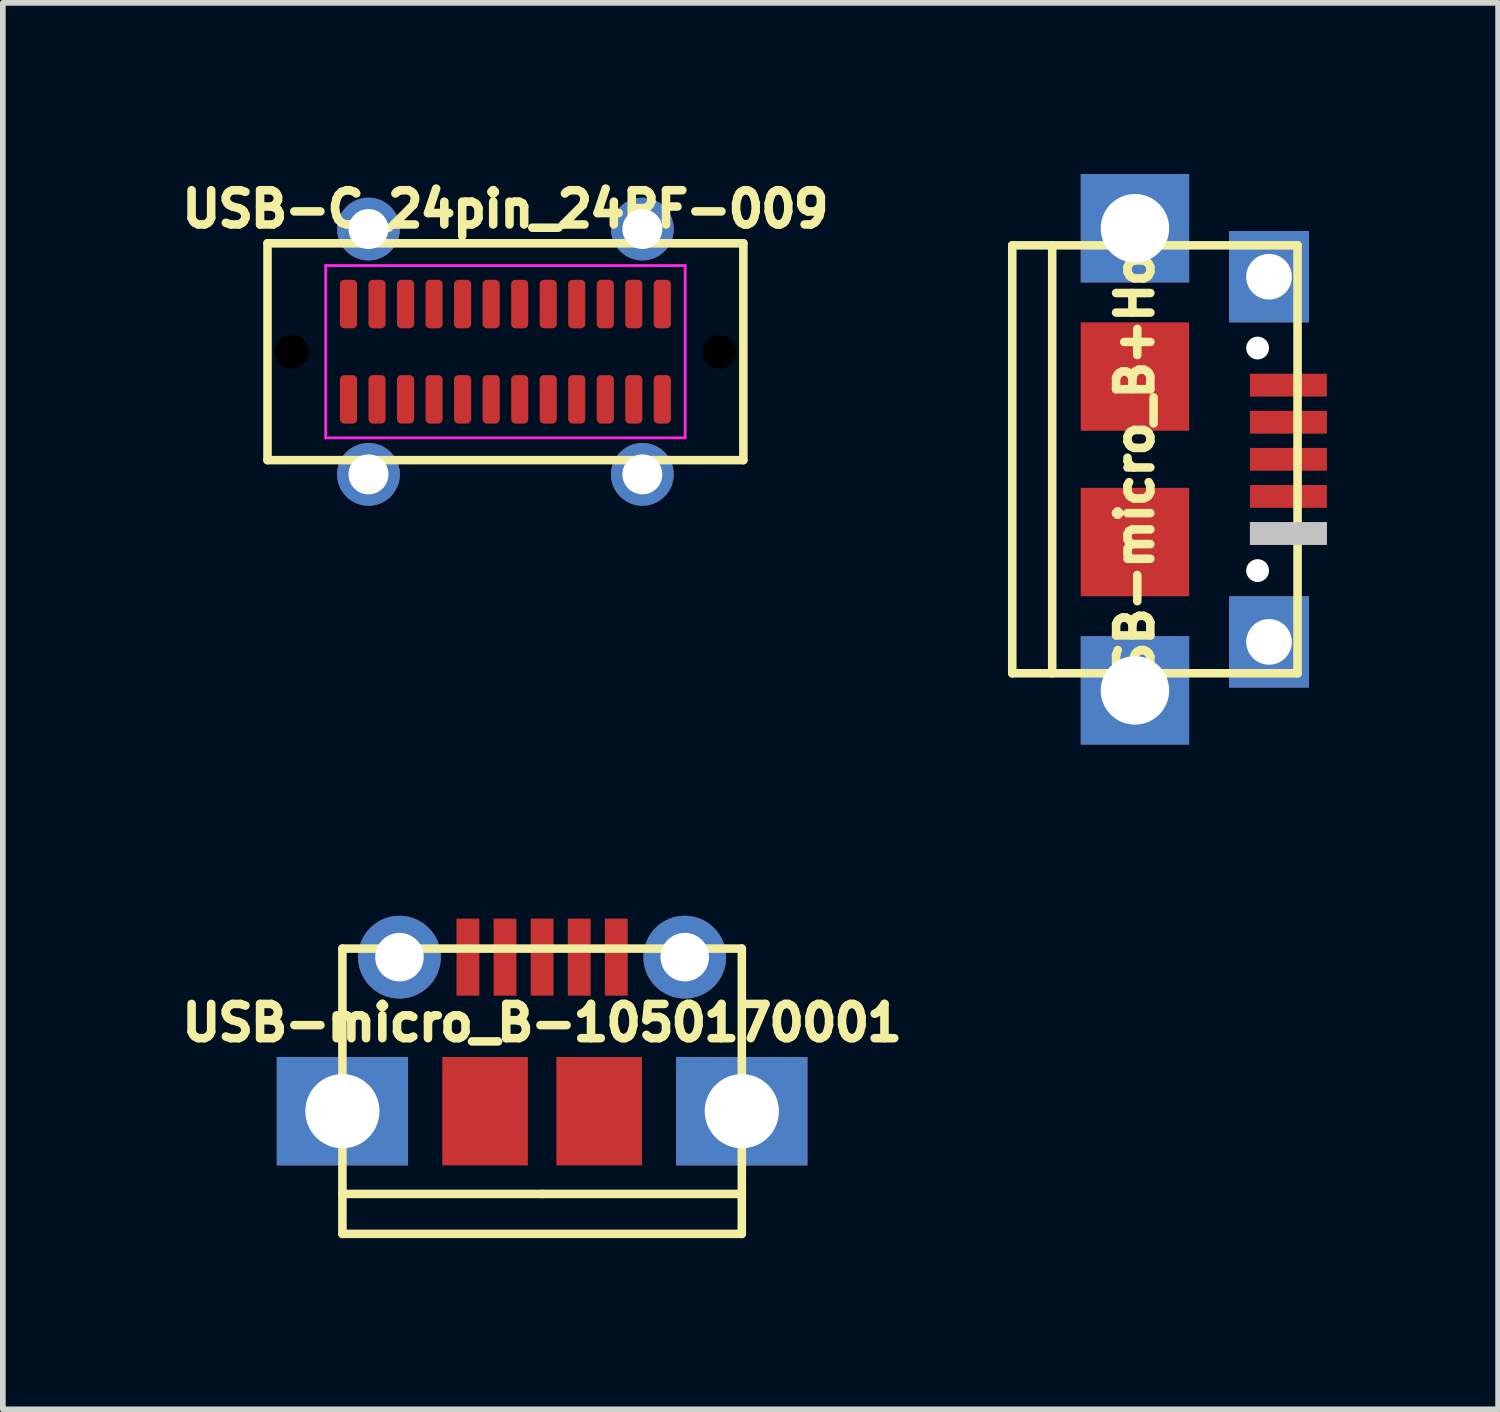
<source format=kicad_pcb>
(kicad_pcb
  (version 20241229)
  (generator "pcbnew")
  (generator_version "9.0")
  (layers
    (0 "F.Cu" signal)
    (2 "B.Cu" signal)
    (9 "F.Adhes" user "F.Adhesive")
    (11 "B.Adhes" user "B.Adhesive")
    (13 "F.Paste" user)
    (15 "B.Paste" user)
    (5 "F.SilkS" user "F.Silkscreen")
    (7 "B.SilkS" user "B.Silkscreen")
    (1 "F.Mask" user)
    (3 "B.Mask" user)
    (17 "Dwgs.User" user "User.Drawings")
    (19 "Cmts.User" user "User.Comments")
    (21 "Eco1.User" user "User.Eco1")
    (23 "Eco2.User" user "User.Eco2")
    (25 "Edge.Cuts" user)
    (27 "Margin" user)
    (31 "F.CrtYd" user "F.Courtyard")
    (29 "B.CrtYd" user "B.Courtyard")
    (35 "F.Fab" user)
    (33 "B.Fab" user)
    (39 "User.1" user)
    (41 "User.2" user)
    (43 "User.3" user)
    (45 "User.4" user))
  (footprint "USB-micro_B-1050170001"
    (layer "F.Cu")
    (at 6.451 17.875)
    (property "Reference" "USB-micro_B-1050170001" (at 0 -3 0) (layer "F.SilkS") (effects (font (size 0.6 0.6) (thickness 0.15))))
    (attr through_hole)
    (fp_line (start -3.5 -4.3) (end -3.5 0.7) (stroke (width 0.15) (type solid)) (layer "F.SilkS"))
    (fp_line (start -3.5 0) (end 0 0) (stroke (width 0.15) (type solid)) (layer "F.SilkS"))
    (fp_line (start -3.5 0.7) (end 3.5 0.7) (stroke (width 0.15) (type solid)) (layer "F.SilkS"))
    (fp_line (start 0 0) (end 3.5 0) (stroke (width 0.15) (type solid)) (layer "F.SilkS"))
    (fp_line (start 3.5 -4.3) (end -3.5 -4.3) (stroke (width 0.15) (type solid)) (layer "F.SilkS"))
    (fp_line (start 3.5 0.7) (end 3.5 -4.3) (stroke (width 0.15) (type solid)) (layer "F.SilkS"))
    (pad "1" smd rect (at -1.3 -4.15) (size 0.4 1.35) (layers "F.Cu" "F.Mask" "F.Paste"))
    (pad "2" smd rect (at -0.65 -4.15) (size 0.4 1.35) (layers "F.Cu" "F.Mask" "F.Paste"))
    (pad "3" smd rect (at 0 -4.15) (size 0.4 1.35) (layers "F.Cu" "F.Mask" "F.Paste"))
    (pad "4" smd rect (at 0.65 -4.15) (size 0.4 1.35) (layers "F.Cu" "F.Mask" "F.Paste"))
    (pad "5" smd rect (at 1.3 -4.15) (size 0.4 1.35) (layers "F.Cu" "F.Mask" "F.Paste"))
    (pad "SHLD" thru_hole rect (at -3.5 -1.45) (size 2.3 1.9) (drill 1.3) (layers "*.Cu" "*.Mask" "F.Paste"))
    (pad "SHLD" thru_hole circle (at -2.5 -4.15) (size 1.45 1.45) (drill 0.85) (layers "*.Cu" "*.Mask" "F.Paste"))
    (pad "SHLD" smd rect (at -1 -1.45) (size 1.5 1.9) (layers "F.Cu" "F.Mask" "F.Paste"))
    (pad "SHLD" smd rect (at 1 -1.45) (size 1.5 1.9) (layers "F.Cu" "F.Mask" "F.Paste"))
    (pad "SHLD" thru_hole circle (at 2.5 -4.15) (size 1.45 1.45) (drill 0.85) (layers "*.Cu" "*.Mask" "F.Paste"))
    (pad "SHLD" thru_hole rect (at 3.5 -1.45) (size 2.3 1.9) (drill 1.3) (layers "*.Cu" "*.Mask" "F.Paste")))
  (footprint "USB-C_24pin_24PF-009"
    (layer "F.Cu")
    (at 5.808 3.114)
    (property "Reference" "USB-C_24pin_24PF-009" (at 0 -2.5 180) (layer "F.SilkS") (effects (font (size 0.6 0.6) (thickness 0.15))))
    (attr smd)
    (fp_line (start -4.17 -1.9) (end 4.17 -1.9) (stroke (width 0.15) (type default)) (layer "F.SilkS"))
    (fp_line (start -4.17 1.9) (end -4.17 -1.9) (stroke (width 0.15) (type default)) (layer "F.SilkS"))
    (fp_line (start 4.17 -1.9) (end 4.17 1.9) (stroke (width 0.15) (type default)) (layer "F.SilkS"))
    (fp_line (start 4.17 1.9) (end -4.17 1.9) (stroke (width 0.15) (type default)) (layer "F.SilkS"))
    (fp_line (start -3.15 -1.51) (end 3.15 -1.51) (stroke (width 0.05) (type default)) (layer "F.CrtYd"))
    (fp_line (start -3.15 1.51) (end -3.15 -1.51) (stroke (width 0.05) (type default)) (layer "F.CrtYd"))
    (fp_line (start 3.15 -1.51) (end 3.15 1.51) (stroke (width 0.05) (type default)) (layer "F.CrtYd"))
    (fp_line (start 3.15 1.51) (end -3.15 1.51) (stroke (width 0.05) (type default)) (layer "F.CrtYd"))
    (pad "" np_thru_hole circle (at -3.75 0) (size 1 1) (drill 0.6) (layers "*.Mask"))
    (pad "" np_thru_hole circle (at 3.75 0) (size 1 1) (drill 0.6) (layers "*.Mask"))
    (pad "A1" smd roundrect (at -2.75 -0.835) (size 0.3 0.85) (layers "F.Cu" "F.Mask" "F.Paste") (roundrect_rratio 0.25))
    (pad "A2" smd roundrect (at -2.25 -0.835) (size 0.3 0.85) (layers "F.Cu" "F.Mask" "F.Paste") (roundrect_rratio 0.25))
    (pad "A3" smd roundrect (at -1.75 -0.835) (size 0.3 0.85) (layers "F.Cu" "F.Mask" "F.Paste") (roundrect_rratio 0.25))
    (pad "A4" smd roundrect (at -1.25 -0.835) (size 0.3 0.85) (layers "F.Cu" "F.Mask" "F.Paste") (roundrect_rratio 0.25))
    (pad "A5" smd roundrect (at -0.75 -0.835) (size 0.3 0.85) (layers "F.Cu" "F.Mask" "F.Paste") (roundrect_rratio 0.25))
    (pad "A6" smd roundrect (at -0.25 -0.835) (size 0.3 0.85) (layers "F.Cu" "F.Mask" "F.Paste") (roundrect_rratio 0.25))
    (pad "A7" smd roundrect (at 0.25 -0.835) (size 0.3 0.85) (layers "F.Cu" "F.Mask" "F.Paste") (roundrect_rratio 0.25))
    (pad "A8" smd roundrect (at 0.75 -0.835) (size 0.3 0.85) (layers "F.Cu" "F.Mask" "F.Paste") (roundrect_rratio 0.25))
    (pad "A9" smd roundrect (at 1.25 -0.835) (size 0.3 0.85) (layers "F.Cu" "F.Mask" "F.Paste") (roundrect_rratio 0.25))
    (pad "A10" smd roundrect (at 1.75 -0.835) (size 0.3 0.85) (layers "F.Cu" "F.Mask" "F.Paste") (roundrect_rratio 0.25))
    (pad "A11" smd roundrect (at 2.25 -0.835) (size 0.3 0.85) (layers "F.Cu" "F.Mask" "F.Paste") (roundrect_rratio 0.25))
    (pad "A12" smd roundrect (at 2.75 -0.835) (size 0.3 0.85) (layers "F.Cu" "F.Mask" "F.Paste") (roundrect_rratio 0.25))
    (pad "B1" smd roundrect (at 2.75 0.835) (size 0.3 0.85) (layers "F.Cu" "F.Mask" "F.Paste") (roundrect_rratio 0.25))
    (pad "B2" smd roundrect (at 2.25 0.835) (size 0.3 0.85) (layers "F.Cu" "F.Mask" "F.Paste") (roundrect_rratio 0.25))
    (pad "B3" smd roundrect (at 1.75 0.835) (size 0.3 0.85) (layers "F.Cu" "F.Mask" "F.Paste") (roundrect_rratio 0.25))
    (pad "B4" smd roundrect (at 1.25 0.835) (size 0.3 0.85) (layers "F.Cu" "F.Mask" "F.Paste") (roundrect_rratio 0.25))
    (pad "B5" smd roundrect (at 0.75 0.835) (size 0.3 0.85) (layers "F.Cu" "F.Mask" "F.Paste") (roundrect_rratio 0.25))
    (pad "B6" smd roundrect (at 0.25 0.835) (size 0.3 0.85) (layers "F.Cu" "F.Mask" "F.Paste") (roundrect_rratio 0.25))
    (pad "B7" smd roundrect (at -0.25 0.835) (size 0.3 0.85) (layers "F.Cu" "F.Mask" "F.Paste") (roundrect_rratio 0.25))
    (pad "B8" smd roundrect (at -0.75 0.835) (size 0.3 0.85) (layers "F.Cu" "F.Mask" "F.Paste") (roundrect_rratio 0.25))
    (pad "B9" smd roundrect (at -1.25 0.835) (size 0.3 0.85) (layers "F.Cu" "F.Mask" "F.Paste") (roundrect_rratio 0.25))
    (pad "B10" smd roundrect (at -1.75 0.835) (size 0.3 0.85) (layers "F.Cu" "F.Mask" "F.Paste") (roundrect_rratio 0.25))
    (pad "B11" smd roundrect (at -2.25 0.835) (size 0.3 0.85) (layers "F.Cu" "F.Mask" "F.Paste") (roundrect_rratio 0.25))
    (pad "B12" smd roundrect (at -2.75 0.835) (size 0.3 0.85) (layers "F.Cu" "F.Mask" "F.Paste") (roundrect_rratio 0.25))
    (pad "SHLD" thru_hole circle (at -2.4 -2.15) (size 1.1 1.1) (drill 0.7) (layers "*.Cu" "*.Mask"))
    (pad "SHLD" thru_hole circle (at -2.4 2.15) (size 1.1 1.1) (drill 0.7) (layers "*.Cu" "*.Mask"))
    (pad "SHLD" thru_hole circle (at 2.4 -2.15) (size 1.1 1.1) (drill 0.7) (layers "*.Cu" "*.Mask"))
    (pad "SHLD" thru_hole circle (at 2.4 2.15) (size 1.1 1.1) (drill 0.7) (layers "*.Cu" "*.Mask")))
  (footprint "USB-micro_B+Hole"
    (layer "F.Cu")
    (at 16.841 5)
    (property "Reference" "USB-micro_B+Hole" (at 0 0 90) (layer "F.SilkS") (effects (font (size 0.6 0.6) (thickness 0.15))))
    (attr smd)
    (fp_line (start -2.15 -3.75) (end 2.85 -3.75) (stroke (width 0.15) (type solid)) (layer "F.SilkS"))
    (fp_line (start -2.15 3.75) (end -2.15 -3.75) (stroke (width 0.15) (type solid)) (layer "F.SilkS"))
    (fp_line (start -1.45 3.75) (end -1.45 -3.75) (stroke (width 0.15) (type solid)) (layer "F.SilkS"))
    (fp_line (start 2.85 3.75) (end -2.15 3.75) (stroke (width 0.15) (type solid)) (layer "F.SilkS"))
    (fp_line (start 2.85 3.75) (end 2.85 -3.75) (stroke (width 0.15) (type solid)) (layer "F.SilkS"))
    (pad "" np_thru_hole circle (at 2.15 -1.95) (size 0.4 0.4) (drill 0.4) (layers "*.Cu" "*.Mask"))
    (pad "" np_thru_hole circle (at 2.15 1.95) (size 0.4 0.4) (drill 0.4) (layers "*.Cu" "*.Mask"))
    (pad "1" smd rect (at 2.69 -1.3) (size 1.35 0.4) (layers "F.Cu" "F.Mask" "F.Paste"))
    (pad "2" smd rect (at 2.69 -0.65) (size 1.35 0.4) (layers "F.Cu" "F.Mask" "F.Paste"))
    (pad "3" smd rect (at 2.69 0) (size 1.35 0.4) (layers "F.Cu" "F.Mask" "F.Paste"))
    (pad "4" smd rect (at 2.69 0.65) (size 1.35 0.4) (layers "F.Cu" "F.Mask" "F.Paste"))
    (pad "5" smd rect (at 2.69 1.3) (size 1.35 0.4) (layers "F.Cu" "F.Mask" "F.Paste" "Dwgs.User"))
    (pad "SHLD" thru_hole rect (at 0 -4.05) (size 1.9 1.9) (drill 1.2) (layers "*.Cu" "*.Mask" "F.Paste"))
    (pad "SHLD" smd rect (at 0 -1.45) (size 1.9 1.9) (layers "F.Cu" "F.Mask" "F.Paste"))
    (pad "SHLD" smd rect (at 0 1.45) (size 1.9 1.9) (layers "F.Cu" "F.Mask" "F.Paste"))
    (pad "SHLD" thru_hole rect (at 0 4.05) (size 1.9 1.9) (drill 1.2) (layers "*.Cu" "*.Mask" "F.Paste"))
    (pad "SHLD" thru_hole rect (at 2.35 -3.2) (size 1.4 1.6) (drill 0.8) (layers "*.Cu" "*.Mask" "F.Paste"))
    (pad "SHLD" thru_hole rect (at 2.35 3.2) (size 1.4 1.6) (drill 0.8) (layers "*.Cu" "*.Mask" "F.Paste")))
  (gr_rect
    (start -3 -3)
    (end 23.206 21.65)
    (stroke (width 0.1) (type default))
    (fill no)
    (layer "Edge.Cuts")))
</source>
